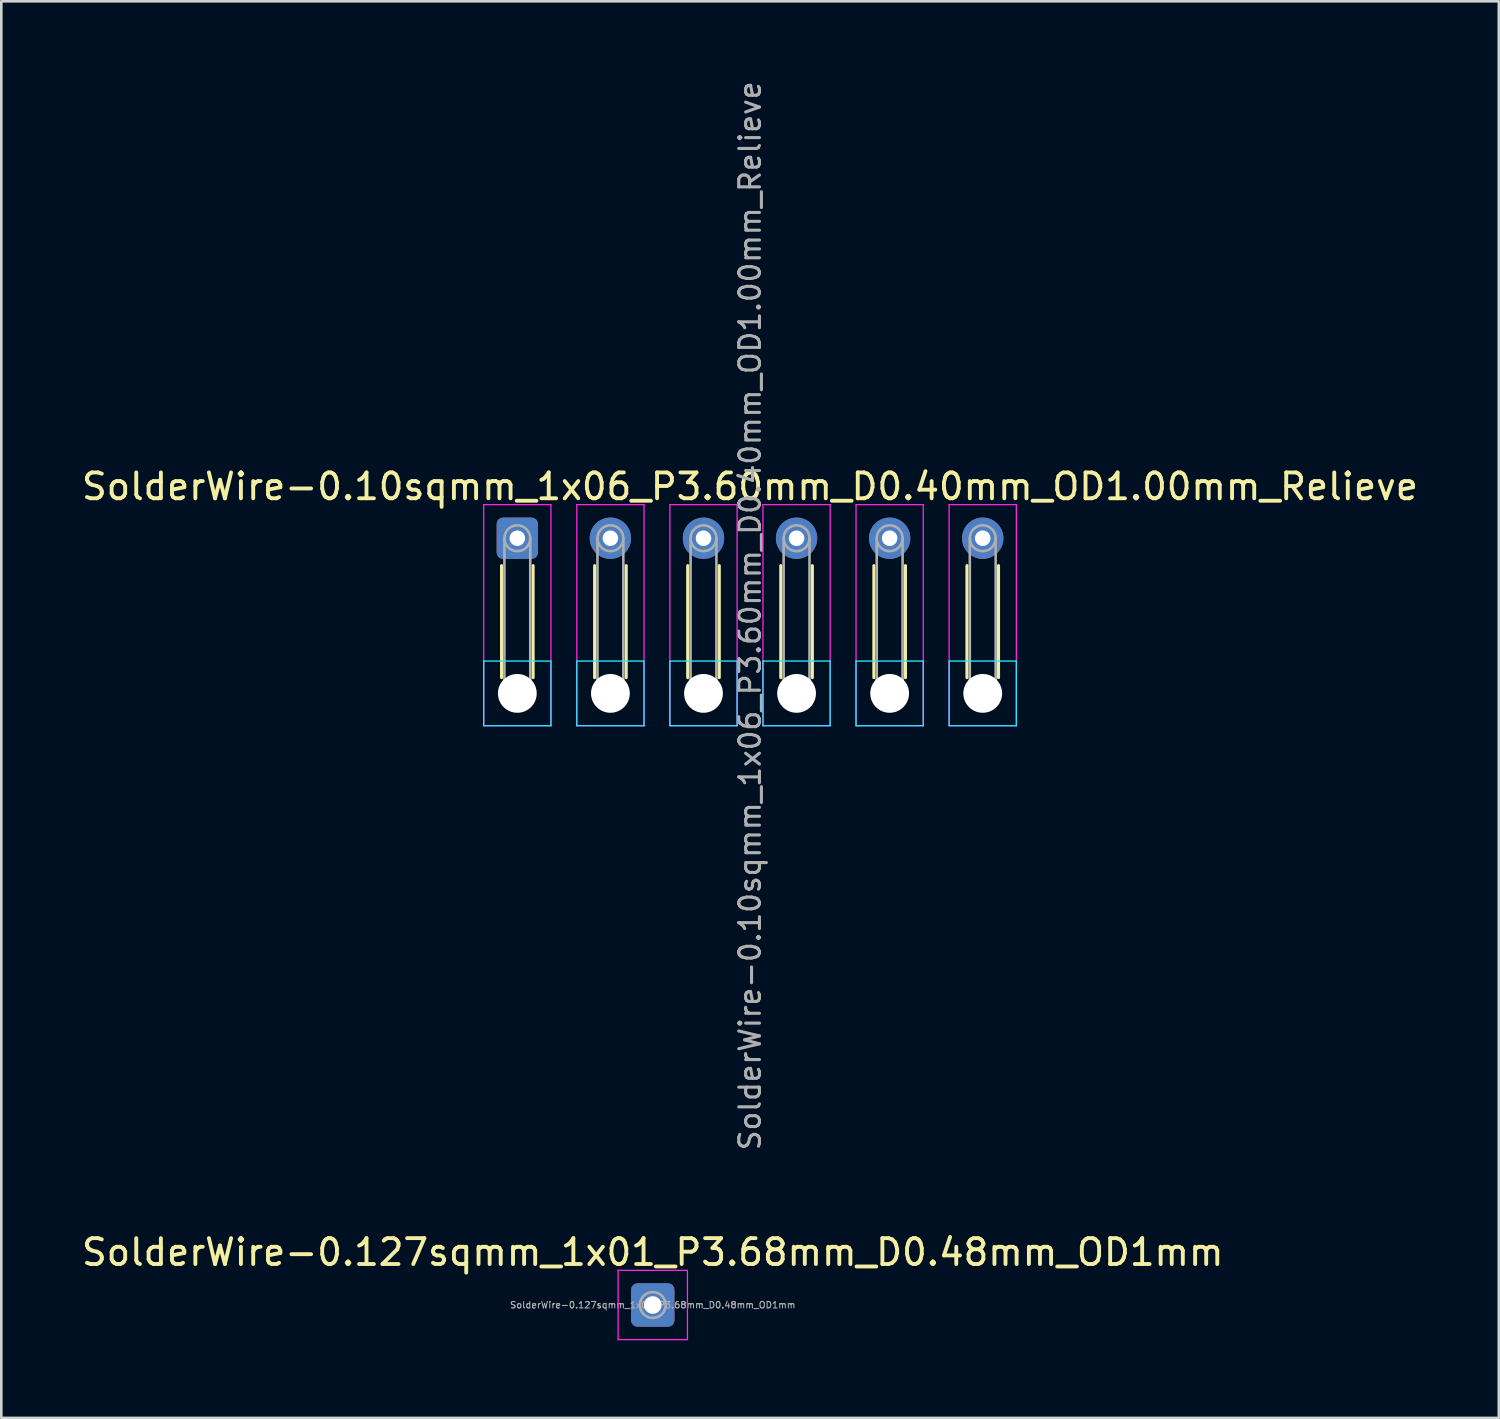
<source format=kicad_pcb>
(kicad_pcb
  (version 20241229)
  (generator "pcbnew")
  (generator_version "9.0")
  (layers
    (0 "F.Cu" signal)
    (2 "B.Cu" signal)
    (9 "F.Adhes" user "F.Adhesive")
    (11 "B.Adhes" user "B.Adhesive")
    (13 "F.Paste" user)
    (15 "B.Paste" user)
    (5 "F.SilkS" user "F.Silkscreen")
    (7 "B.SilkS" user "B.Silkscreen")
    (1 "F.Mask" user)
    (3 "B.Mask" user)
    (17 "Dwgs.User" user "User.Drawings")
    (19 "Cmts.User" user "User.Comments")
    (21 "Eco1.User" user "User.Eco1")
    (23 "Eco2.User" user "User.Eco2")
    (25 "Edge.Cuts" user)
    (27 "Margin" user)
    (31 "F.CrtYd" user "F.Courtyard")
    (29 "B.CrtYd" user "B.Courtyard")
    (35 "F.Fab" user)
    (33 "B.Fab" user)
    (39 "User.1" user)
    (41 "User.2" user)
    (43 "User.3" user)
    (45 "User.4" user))
  (footprint "SolderWire-0.10sqmm_1x06_P3.60mm_D0.40mm_OD1.00mm_Relieve"
    (layer "F.Cu")
    (at 16.958 17.767)
    (property "Reference" "SolderWire-0.10sqmm_1x06_P3.60mm_D0.40mm_OD1.00mm_Relieve" (at 9 -2 0) (layer "F.SilkS") (effects (font (size 1 1) (thickness 0.15))))
    (attr exclude_from_pos_files exclude_from_bom)
    (fp_line (start -0.61 1.06) (end -0.61 5.39) (stroke (width 0.12) (type solid)) (layer "F.SilkS"))
    (fp_line (start 0.61 1.06) (end 0.61 5.39) (stroke (width 0.12) (type solid)) (layer "F.SilkS"))
    (fp_line (start 2.99 1.06) (end 2.99 5.39) (stroke (width 0.12) (type solid)) (layer "F.SilkS"))
    (fp_line (start 4.21 1.06) (end 4.21 5.39) (stroke (width 0.12) (type solid)) (layer "F.SilkS"))
    (fp_line (start 6.59 1.06) (end 6.59 5.39) (stroke (width 0.12) (type solid)) (layer "F.SilkS"))
    (fp_line (start 7.81 1.06) (end 7.81 5.39) (stroke (width 0.12) (type solid)) (layer "F.SilkS"))
    (fp_line (start 10.19 1.06) (end 10.19 5.39) (stroke (width 0.12) (type solid)) (layer "F.SilkS"))
    (fp_line (start 11.41 1.06) (end 11.41 5.39) (stroke (width 0.12) (type solid)) (layer "F.SilkS"))
    (fp_line (start 13.79 1.06) (end 13.79 5.39) (stroke (width 0.12) (type solid)) (layer "F.SilkS"))
    (fp_line (start 15.01 1.06) (end 15.01 5.39) (stroke (width 0.12) (type solid)) (layer "F.SilkS"))
    (fp_line (start 17.39 1.06) (end 17.39 5.39) (stroke (width 0.12) (type solid)) (layer "F.SilkS"))
    (fp_line (start 18.61 1.06) (end 18.61 5.39) (stroke (width 0.12) (type solid)) (layer "F.SilkS"))
    (fp_line (start -1.3 4.75) (end -1.3 7.25) (stroke (width 0.05) (type solid)) (layer "B.CrtYd"))
    (fp_line (start -1.3 7.25) (end 1.3 7.25) (stroke (width 0.05) (type solid)) (layer "B.CrtYd"))
    (fp_line (start 1.3 4.75) (end -1.3 4.75) (stroke (width 0.05) (type solid)) (layer "B.CrtYd"))
    (fp_line (start 1.3 7.25) (end 1.3 4.75) (stroke (width 0.05) (type solid)) (layer "B.CrtYd"))
    (fp_line (start 2.3 4.75) (end 2.3 7.25) (stroke (width 0.05) (type solid)) (layer "B.CrtYd"))
    (fp_line (start 2.3 7.25) (end 4.9 7.25) (stroke (width 0.05) (type solid)) (layer "B.CrtYd"))
    (fp_line (start 4.9 4.75) (end 2.3 4.75) (stroke (width 0.05) (type solid)) (layer "B.CrtYd"))
    (fp_line (start 4.9 7.25) (end 4.9 4.75) (stroke (width 0.05) (type solid)) (layer "B.CrtYd"))
    (fp_line (start 5.9 4.75) (end 5.9 7.25) (stroke (width 0.05) (type solid)) (layer "B.CrtYd"))
    (fp_line (start 5.9 7.25) (end 8.5 7.25) (stroke (width 0.05) (type solid)) (layer "B.CrtYd"))
    (fp_line (start 8.5 4.75) (end 5.9 4.75) (stroke (width 0.05) (type solid)) (layer "B.CrtYd"))
    (fp_line (start 8.5 7.25) (end 8.5 4.75) (stroke (width 0.05) (type solid)) (layer "B.CrtYd"))
    (fp_line (start 9.5 4.75) (end 9.5 7.25) (stroke (width 0.05) (type solid)) (layer "B.CrtYd"))
    (fp_line (start 9.5 7.25) (end 12.1 7.25) (stroke (width 0.05) (type solid)) (layer "B.CrtYd"))
    (fp_line (start 12.1 4.75) (end 9.5 4.75) (stroke (width 0.05) (type solid)) (layer "B.CrtYd"))
    (fp_line (start 12.1 7.25) (end 12.1 4.75) (stroke (width 0.05) (type solid)) (layer "B.CrtYd"))
    (fp_line (start 13.1 4.75) (end 13.1 7.25) (stroke (width 0.05) (type solid)) (layer "B.CrtYd"))
    (fp_line (start 13.1 7.25) (end 15.7 7.25) (stroke (width 0.05) (type solid)) (layer "B.CrtYd"))
    (fp_line (start 15.7 4.75) (end 13.1 4.75) (stroke (width 0.05) (type solid)) (layer "B.CrtYd"))
    (fp_line (start 15.7 7.25) (end 15.7 4.75) (stroke (width 0.05) (type solid)) (layer "B.CrtYd"))
    (fp_line (start 16.7 4.75) (end 16.7 7.25) (stroke (width 0.05) (type solid)) (layer "B.CrtYd"))
    (fp_line (start 16.7 7.25) (end 19.3 7.25) (stroke (width 0.05) (type solid)) (layer "B.CrtYd"))
    (fp_line (start 19.3 4.75) (end 16.7 4.75) (stroke (width 0.05) (type solid)) (layer "B.CrtYd"))
    (fp_line (start 19.3 7.25) (end 19.3 4.75) (stroke (width 0.05) (type solid)) (layer "B.CrtYd"))
    (fp_line (start -1.3 -1.3) (end -1.3 7.25) (stroke (width 0.05) (type solid)) (layer "F.CrtYd"))
    (fp_line (start -1.3 7.25) (end 1.3 7.25) (stroke (width 0.05) (type solid)) (layer "F.CrtYd"))
    (fp_line (start 1.3 -1.3) (end -1.3 -1.3) (stroke (width 0.05) (type solid)) (layer "F.CrtYd"))
    (fp_line (start 1.3 7.25) (end 1.3 -1.3) (stroke (width 0.05) (type solid)) (layer "F.CrtYd"))
    (fp_line (start 2.3 -1.3) (end 2.3 7.25) (stroke (width 0.05) (type solid)) (layer "F.CrtYd"))
    (fp_line (start 2.3 7.25) (end 4.9 7.25) (stroke (width 0.05) (type solid)) (layer "F.CrtYd"))
    (fp_line (start 4.9 -1.3) (end 2.3 -1.3) (stroke (width 0.05) (type solid)) (layer "F.CrtYd"))
    (fp_line (start 4.9 7.25) (end 4.9 -1.3) (stroke (width 0.05) (type solid)) (layer "F.CrtYd"))
    (fp_line (start 5.9 -1.3) (end 5.9 7.25) (stroke (width 0.05) (type solid)) (layer "F.CrtYd"))
    (fp_line (start 5.9 7.25) (end 8.5 7.25) (stroke (width 0.05) (type solid)) (layer "F.CrtYd"))
    (fp_line (start 8.5 -1.3) (end 5.9 -1.3) (stroke (width 0.05) (type solid)) (layer "F.CrtYd"))
    (fp_line (start 8.5 7.25) (end 8.5 -1.3) (stroke (width 0.05) (type solid)) (layer "F.CrtYd"))
    (fp_line (start 9.5 -1.3) (end 9.5 7.25) (stroke (width 0.05) (type solid)) (layer "F.CrtYd"))
    (fp_line (start 9.5 7.25) (end 12.1 7.25) (stroke (width 0.05) (type solid)) (layer "F.CrtYd"))
    (fp_line (start 12.1 -1.3) (end 9.5 -1.3) (stroke (width 0.05) (type solid)) (layer "F.CrtYd"))
    (fp_line (start 12.1 7.25) (end 12.1 -1.3) (stroke (width 0.05) (type solid)) (layer "F.CrtYd"))
    (fp_line (start 13.1 -1.3) (end 13.1 7.25) (stroke (width 0.05) (type solid)) (layer "F.CrtYd"))
    (fp_line (start 13.1 7.25) (end 15.7 7.25) (stroke (width 0.05) (type solid)) (layer "F.CrtYd"))
    (fp_line (start 15.7 -1.3) (end 13.1 -1.3) (stroke (width 0.05) (type solid)) (layer "F.CrtYd"))
    (fp_line (start 15.7 7.25) (end 15.7 -1.3) (stroke (width 0.05) (type solid)) (layer "F.CrtYd"))
    (fp_line (start 16.7 -1.3) (end 16.7 7.25) (stroke (width 0.05) (type solid)) (layer "F.CrtYd"))
    (fp_line (start 16.7 7.25) (end 19.3 7.25) (stroke (width 0.05) (type solid)) (layer "F.CrtYd"))
    (fp_line (start 19.3 -1.3) (end 16.7 -1.3) (stroke (width 0.05) (type solid)) (layer "F.CrtYd"))
    (fp_line (start 19.3 7.25) (end 19.3 -1.3) (stroke (width 0.05) (type solid)) (layer "F.CrtYd"))
    (fp_line (start -0.5 0) (end -0.5 6) (stroke (width 0.1) (type solid)) (layer "F.Fab"))
    (fp_line (start 0.5 0) (end 0.5 6) (stroke (width 0.1) (type solid)) (layer "F.Fab"))
    (fp_line (start 3.1 0) (end 3.1 6) (stroke (width 0.1) (type solid)) (layer "F.Fab"))
    (fp_line (start 4.1 0) (end 4.1 6) (stroke (width 0.1) (type solid)) (layer "F.Fab"))
    (fp_line (start 6.7 0) (end 6.7 6) (stroke (width 0.1) (type solid)) (layer "F.Fab"))
    (fp_line (start 7.7 0) (end 7.7 6) (stroke (width 0.1) (type solid)) (layer "F.Fab"))
    (fp_line (start 10.3 0) (end 10.3 6) (stroke (width 0.1) (type solid)) (layer "F.Fab"))
    (fp_line (start 11.3 0) (end 11.3 6) (stroke (width 0.1) (type solid)) (layer "F.Fab"))
    (fp_line (start 13.9 0) (end 13.9 6) (stroke (width 0.1) (type solid)) (layer "F.Fab"))
    (fp_line (start 14.9 0) (end 14.9 6) (stroke (width 0.1) (type solid)) (layer "F.Fab"))
    (fp_line (start 17.5 0) (end 17.5 6) (stroke (width 0.1) (type solid)) (layer "F.Fab"))
    (fp_line (start 18.5 0) (end 18.5 6) (stroke (width 0.1) (type solid)) (layer "F.Fab"))
    (fp_circle (center 0 0) (end 0.5 0) (stroke (width 0.1) (type solid)) (fill no) (layer "F.Fab"))
    (fp_circle (center 0 6) (end 0.5 6) (stroke (width 0.1) (type solid)) (fill no) (layer "F.Fab"))
    (fp_circle (center 3.6 0) (end 4.1 0) (stroke (width 0.1) (type solid)) (fill no) (layer "F.Fab"))
    (fp_circle (center 3.6 6) (end 4.1 6) (stroke (width 0.1) (type solid)) (fill no) (layer "F.Fab"))
    (fp_circle (center 7.2 0) (end 7.7 0) (stroke (width 0.1) (type solid)) (fill no) (layer "F.Fab"))
    (fp_circle (center 7.2 6) (end 7.7 6) (stroke (width 0.1) (type solid)) (fill no) (layer "F.Fab"))
    (fp_circle (center 10.8 0) (end 11.3 0) (stroke (width 0.1) (type solid)) (fill no) (layer "F.Fab"))
    (fp_circle (center 10.8 6) (end 11.3 6) (stroke (width 0.1) (type solid)) (fill no) (layer "F.Fab"))
    (fp_circle (center 14.4 0) (end 14.9 0) (stroke (width 0.1) (type solid)) (fill no) (layer "F.Fab"))
    (fp_circle (center 14.4 6) (end 14.9 6) (stroke (width 0.1) (type solid)) (fill no) (layer "F.Fab"))
    (fp_circle (center 18 0) (end 18.5 0) (stroke (width 0.1) (type solid)) (fill no) (layer "F.Fab"))
    (fp_circle (center 18 6) (end 18.5 6) (stroke (width 0.1) (type solid)) (fill no) (layer "F.Fab"))
    (fp_text user "${REFERENCE}" (at 9 3 90) (layer "F.Fab") (effects (font (size 0.8 0.8) (thickness 0.12))))
    (pad "" np_thru_hole circle (at 0 6) (size 1.5 1.5) (drill 1.5) (layers "*.Cu" "*.Mask"))
    (pad "" np_thru_hole circle (at 3.6 6) (size 1.5 1.5) (drill 1.5) (layers "*.Cu" "*.Mask"))
    (pad "" np_thru_hole circle (at 7.2 6) (size 1.5 1.5) (drill 1.5) (layers "*.Cu" "*.Mask"))
    (pad "" np_thru_hole circle (at 10.8 6) (size 1.5 1.5) (drill 1.5) (layers "*.Cu" "*.Mask"))
    (pad "" np_thru_hole circle (at 14.4 6) (size 1.5 1.5) (drill 1.5) (layers "*.Cu" "*.Mask"))
    (pad "" np_thru_hole circle (at 18 6) (size 1.5 1.5) (drill 1.5) (layers "*.Cu" "*.Mask"))
    (pad "1" thru_hole roundrect (at 0 0) (size 1.6 1.6) (drill 0.6) (layers "*.Cu" "*.Mask") (roundrect_rratio 0.156))
    (pad "2" thru_hole circle (at 3.6 0) (size 1.6 1.6) (drill 0.6) (layers "*.Cu" "*.Mask"))
    (pad "3" thru_hole circle (at 7.2 0) (size 1.6 1.6) (drill 0.6) (layers "*.Cu" "*.Mask"))
    (pad "4" thru_hole circle (at 10.8 0) (size 1.6 1.6) (drill 0.6) (layers "*.Cu" "*.Mask"))
    (pad "5" thru_hole circle (at 14.4 0) (size 1.6 1.6) (drill 0.6) (layers "*.Cu" "*.Mask"))
    (pad "6" thru_hole circle (at 18 0) (size 1.6 1.6) (drill 0.6) (layers "*.Cu" "*.Mask")))
  (footprint "SolderWire-0.127sqmm_1x01_P3.68mm_D0.48mm_OD1mm"
    (layer "F.Cu")
    (at 22.196 47.422)
    (property "Reference" "SolderWire-0.127sqmm_1x01_P3.68mm_D0.48mm_OD1mm" (at 0 -2.04 0) (layer "F.SilkS") (effects (font (size 1 1) (thickness 0.15))))
    (attr exclude_from_pos_files exclude_from_bom)
    (fp_line (start -1.34 -1.34) (end -1.34 1.34) (stroke (width 0.05) (type solid)) (layer "F.CrtYd"))
    (fp_line (start -1.34 1.34) (end 1.34 1.34) (stroke (width 0.05) (type solid)) (layer "F.CrtYd"))
    (fp_line (start 1.34 -1.34) (end -1.34 -1.34) (stroke (width 0.05) (type solid)) (layer "F.CrtYd"))
    (fp_line (start 1.34 1.34) (end 1.34 -1.34) (stroke (width 0.05) (type solid)) (layer "F.CrtYd"))
    (fp_circle (center 0 0) (end 0.5 0) (stroke (width 0.1) (type solid)) (fill no) (layer "F.Fab"))
    (fp_text user "${REFERENCE}" (at 0 0 0) (layer "F.Fab") (effects (font (size 0.25 0.25) (thickness 0.04))))
    (pad "1" thru_hole roundrect (at 0 0) (size 1.68 1.68) (drill 0.68) (layers "*.Cu" "*.Mask") (roundrect_rratio 0.149)))
  (gr_rect
    (start -3 -3)
    (end 54.917 51.787)
    (stroke (width 0.1) (type default))
    (fill no)
    (layer "Edge.Cuts")))
</source>
